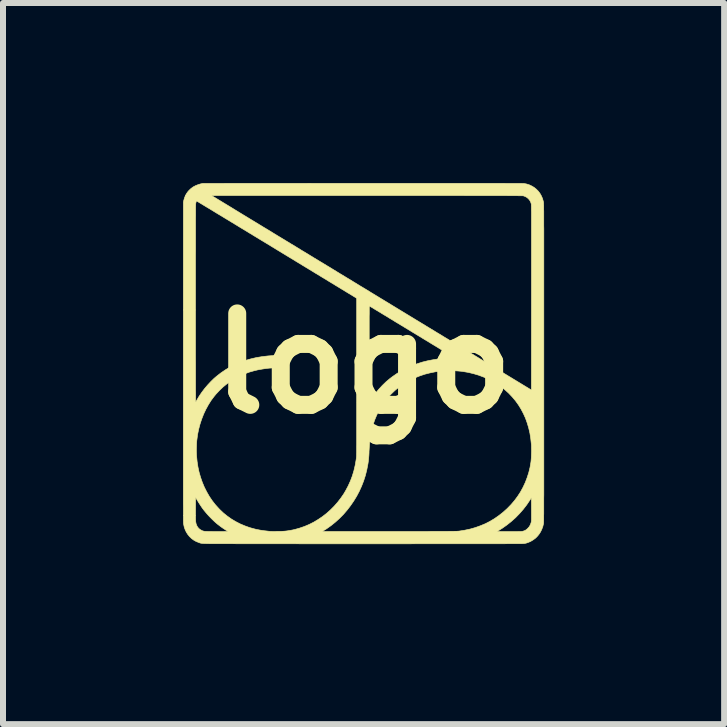
<source format=kicad_pcb>
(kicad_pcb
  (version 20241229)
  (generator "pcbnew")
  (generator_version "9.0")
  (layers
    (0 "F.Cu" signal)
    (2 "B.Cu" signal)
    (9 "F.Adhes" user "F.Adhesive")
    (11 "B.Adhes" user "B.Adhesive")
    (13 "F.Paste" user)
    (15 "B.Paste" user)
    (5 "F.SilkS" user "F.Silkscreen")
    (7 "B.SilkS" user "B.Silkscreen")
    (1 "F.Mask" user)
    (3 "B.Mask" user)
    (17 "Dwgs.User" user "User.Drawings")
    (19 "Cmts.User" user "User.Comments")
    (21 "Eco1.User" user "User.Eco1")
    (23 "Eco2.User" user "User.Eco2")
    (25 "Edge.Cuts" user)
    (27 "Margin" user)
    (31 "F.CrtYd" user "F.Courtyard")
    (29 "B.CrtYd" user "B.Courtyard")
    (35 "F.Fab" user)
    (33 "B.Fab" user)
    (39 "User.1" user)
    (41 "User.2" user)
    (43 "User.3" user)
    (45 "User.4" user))
  (footprint "logo"
    (layer "F.Cu")
    (at 3.008 3.008)
    (property "Reference" "logo" (at 0 0 0) (layer "F.SilkS") (effects (font (size 1.524 1.524) (thickness 0.3))))
    (attr through_hole)
    (fp_poly (pts (xy 1.272 -3.003) (xy 1.388 -3.003) (xy 1.498 -3.003) (xy 1.602 -3.003) (xy 1.702 -3.003) (xy 1.796 -3.003) (xy 1.885 -3.003) (xy 1.969 -3.003) (xy 2.048 -3.003) (xy 2.122 -3.003) (xy 2.191 -3.003) (xy 2.255 -3.003) (xy 2.314 -3.003) (xy 2.369 -3.002) (xy 2.418 -3.002) (xy 2.464 -3.002) (xy 2.504 -3.002) (xy 2.54 -3.002) (xy 2.571 -3.002) (xy 2.598 -3.002) (xy 2.621 -3.002) (xy 2.639 -3.001) (xy 2.653 -3.001) (xy 2.663 -3.001) (xy 2.668 -3.001) (xy 2.669 -3.001) (xy 2.717 -2.992) (xy 2.762 -2.978) (xy 2.804 -2.958) (xy 2.843 -2.935) (xy 2.879 -2.906) (xy 2.912 -2.873) (xy 2.94 -2.836) (xy 2.942 -2.833) (xy 2.964 -2.794) (xy 2.982 -2.753) (xy 2.995 -2.708) (xy 3 -2.689) (xy 3 -2.687) (xy 3 -2.685) (xy 3.001 -2.683) (xy 3.001 -2.68) (xy 3.001 -2.676) (xy 3.001 -2.672) (xy 3.002 -2.667) (xy 3.002 -2.66) (xy 3.002 -2.653) (xy 3.002 -2.644) (xy 3.003 -2.635) (xy 3.003 -2.623) (xy 3.003 -2.61) (xy 3.003 -2.595) (xy 3.003 -2.579) (xy 3.003 -2.561) (xy 3.004 -2.54) (xy 3.004 -2.518) (xy 3.004 -2.493) (xy 3.004 -2.465) (xy 3.004 -2.436) (xy 3.004 -2.403) (xy 3.004 -2.368) (xy 3.004 -2.33) (xy 3.004 -2.29) (xy 3.005 -2.246) (xy 3.005 -2.198) (xy 3.005 -2.148) (xy 3.005 -2.094) (xy 3.005 -2.037) (xy 3.005 -1.976) (xy 3.005 -1.911) (xy 3.005 -1.843) (xy 3.005 -1.77) (xy 3.005 -1.693) (xy 3.005 -1.612) (xy 3.005 -1.527) (xy 3.005 -1.437) (xy 3.005 -1.343) (xy 3.005 -1.244) (xy 3.005 -1.141) (xy 3.005 -1.032) (xy 3.005 -0.918) (xy 3.005 -0.8) (xy 3.005 -0.676) (xy 3.005 -0.546) (xy 3.005 -0.411) (xy 3.005 -0.271) (xy 3.005 -0.125) (xy 3.005 -0.01) (xy 3.005 0.14) (xy 3.005 0.285) (xy 3.005 0.424) (xy 3.005 0.558) (xy 3.005 0.686) (xy 3.005 0.809) (xy 3.005 0.927) (xy 3.005 1.039) (xy 3.005 1.147) (xy 3.005 1.249) (xy 3.005 1.347) (xy 3.005 1.44) (xy 3.005 1.529) (xy 3.005 1.613) (xy 3.005 1.693) (xy 3.005 1.769) (xy 3.005 1.841) (xy 3.005 1.909) (xy 3.005 1.973) (xy 3.005 2.033) (xy 3.005 2.089) (xy 3.005 2.142) (xy 3.005 2.192) (xy 3.004 2.238) (xy 3.004 2.282) (xy 3.004 2.322) (xy 3.004 2.359) (xy 3.004 2.393) (xy 3.004 2.425) (xy 3.004 2.454) (xy 3.004 2.481) (xy 3.004 2.505) (xy 3.003 2.527) (xy 3.003 2.547) (xy 3.003 2.565) (xy 3.003 2.581) (xy 3.003 2.596) (xy 3.003 2.608) (xy 3.002 2.619) (xy 3.002 2.629) (xy 3.002 2.637) (xy 3.002 2.644) (xy 3.002 2.65) (xy 3.001 2.655) (xy 3.001 2.659) (xy 3.001 2.662) (xy 3.001 2.665) (xy 3 2.667) (xy 3 2.669) (xy 3 2.669) (xy 2.988 2.718) (xy 2.971 2.764) (xy 2.95 2.807) (xy 2.924 2.847) (xy 2.894 2.883) (xy 2.861 2.915) (xy 2.823 2.942) (xy 2.783 2.966) (xy 2.74 2.984) (xy 2.709 2.994) (xy 2.694 2.997) (xy 2.68 3) (xy 2.664 3.001) (xy 2.644 3.002) (xy 2.637 3.003) (xy 2.632 3.003) (xy 2.62 3.003) (xy 2.603 3.003) (xy 2.58 3.003) (xy 2.552 3.003) (xy 2.519 3.003) (xy 2.481 3.003) (xy 2.439 3.003) (xy 2.392 3.003) (xy 2.341 3.004) (xy 2.285 3.004) (xy 2.225 3.004) (xy 2.162 3.004) (xy 2.095 3.004) (xy 2.024 3.004) (xy 1.951 3.004) (xy 1.873 3.004) (xy 1.793 3.004) (xy 1.711 3.004) (xy 1.625 3.004) (xy 1.537 3.004) (xy 1.447 3.004) (xy 1.355 3.004) (xy 1.261 3.004) (xy 1.165 3.004) (xy 1.067 3.004) (xy 0.968 3.004) (xy 0.868 3.004) (xy 0.766 3.005) (xy 0.664 3.005) (xy 0.561 3.005) (xy 0.457 3.005) (xy 0.353 3.005) (xy 0.249 3.005) (xy 0.145 3.005) (xy 0.041 3.005) (xy -0.063 3.005) (xy -0.166 3.005) (xy -0.269 3.005) (xy -0.371 3.005) (xy -0.472 3.005) (xy -0.572 3.005) (xy -0.67 3.005) (xy -0.767 3.005) (xy -0.862 3.005) (xy -0.955 3.005) (xy -1.047 3.005) (xy -1.136 3.004) (xy -1.223 3.004) (xy -1.307 3.004) (xy -1.389 3.004) (xy -1.467 3.004) (xy -1.543 3.004) (xy -1.615 3.004) (xy -1.684 3.004) (xy -1.75 3.004) (xy -1.811 3.004) (xy -1.869 3.004) (xy -1.923 3.004) (xy -1.972 3.004) (xy -2.017 3.004) (xy -2.057 3.004) (xy -2.093 3.004) (xy -2.103 3.004) (xy -2.172 3.003) (xy -2.236 3.003) (xy -2.294 3.003) (xy -2.347 3.003) (xy -2.395 3.003) (xy -2.439 3.003) (xy -2.478 3.002) (xy -2.513 3.002) (xy -2.544 3.002) (xy -2.572 3.002) (xy -2.596 3.001) (xy -2.618 3.001) (xy -2.636 3) (xy -2.652 3) (xy -2.666 2.999) (xy -2.678 2.999) (xy -2.688 2.998) (xy -2.696 2.997) (xy -2.703 2.996) (xy -2.71 2.995) (xy -2.715 2.994) (xy -2.72 2.992) (xy -2.725 2.991) (xy -2.73 2.989) (xy -2.735 2.987) (xy -2.741 2.985) (xy -2.743 2.984) (xy -2.787 2.967) (xy -2.827 2.945) (xy -2.864 2.918) (xy -2.897 2.887) (xy -2.926 2.852) (xy -2.951 2.814) (xy -2.971 2.773) (xy -2.987 2.729) (xy -2.997 2.683) (xy -3.001 2.657) (xy -3.001 2.653) (xy -3.001 2.645) (xy -3.001 2.633) (xy -3.002 2.617) (xy -3.002 2.597) (xy -3.002 2.573) (xy -3.002 2.545) (xy -3.002 2.513) (xy -3.002 2.497) (xy -2.799 2.497) (xy -2.799 2.531) (xy -2.799 2.561) (xy -2.799 2.586) (xy -2.798 2.607) (xy -2.798 2.622) (xy -2.797 2.632) (xy -2.797 2.633) (xy -2.791 2.667) (xy -2.78 2.698) (xy -2.765 2.725) (xy -2.745 2.749) (xy -2.721 2.768) (xy -2.698 2.781) (xy -2.69 2.785) (xy -2.684 2.788) (xy -2.677 2.79) (xy -2.67 2.792) (xy -2.662 2.794) (xy -2.652 2.796) (xy -2.641 2.797) (xy -2.627 2.798) (xy -2.611 2.798) (xy -2.591 2.799) (xy -2.568 2.799) (xy -2.54 2.799) (xy -2.508 2.8) (xy -2.47 2.8) (xy -2.449 2.8) (xy -2.416 2.8) (xy -2.385 2.8) (xy -2.356 2.8) (xy -2.33 2.8) (xy -2.308 2.799) (xy -2.289 2.799) (xy -2.274 2.799) (xy -2.264 2.799) (xy -2.26 2.799) (xy -2.259 2.799) (xy -2.262 2.797) (xy -2.268 2.793) (xy -2.273 2.789) (xy -2.287 2.781) (xy -2.303 2.771) (xy -2.322 2.758) (xy -2.342 2.745) (xy -2.362 2.731) (xy -2.38 2.718) (xy -2.396 2.706) (xy -2.398 2.704) (xy -2.421 2.687) (xy -2.442 2.67) (xy -2.461 2.654) (xy -2.48 2.637) (xy -2.5 2.618) (xy -2.522 2.597) (xy -2.539 2.58) (xy -2.573 2.545) (xy -2.604 2.511) (xy -2.633 2.477) (xy -2.661 2.443) (xy -2.688 2.407) (xy -2.714 2.368) (xy -2.741 2.327) (xy -2.769 2.281) (xy -2.79 2.246) (xy -2.798 2.231) (xy -2.799 2.417) (xy -2.799 2.459) (xy -2.799 2.497) (xy -3.002 2.497) (xy -3.002 2.476) (xy -3.002 2.435) (xy -3.002 2.389) (xy -3.003 2.339) (xy -3.003 2.285) (xy -3.003 2.225) (xy -3.003 2.162) (xy -3.003 2.093) (xy -3.003 2.019) (xy -3.003 1.941) (xy -3.003 1.858) (xy -3.003 1.77) (xy -3.003 1.677) (xy -3.003 1.578) (xy -3.003 1.475) (xy -3.003 1.366) (xy -3.003 1.252) (xy -3.003 1.132) (xy -3.003 1.008) (xy -3.003 0.877) (xy -3.003 0.741) (xy -3.003 0.6) (xy -3.003 0.453) (xy -3.003 0.3) (xy -3.003 0.142) (xy -3.003 -0.023) (xy -3.003 -0.032) (xy -3.003 -0.978) (xy -2.8 -0.978) (xy -2.8 -0.892) (xy -2.8 -0.807) (xy -2.8 -0.723) (xy -2.8 -0.639) (xy -2.8 -0.556) (xy -2.8 -0.474) (xy -2.8 -0.393) (xy -2.8 -0.314) (xy -2.8 -0.237) (xy -2.8 -0.161) (xy -2.8 -0.088) (xy -2.799 -0.016) (xy -2.799 0.052) (xy -2.799 0.118) (xy -2.799 0.181) (xy -2.799 0.241) (xy -2.799 0.297) (xy -2.799 0.35) (xy -2.799 0.4) (xy -2.799 0.445) (xy -2.798 0.486) (xy -2.798 0.523) (xy -2.798 0.555) (xy -2.798 0.583) (xy -2.798 0.605) (xy -2.798 0.623) (xy -2.797 0.635) (xy -2.797 0.641) (xy -2.797 0.642) (xy -2.795 0.639) (xy -2.79 0.631) (xy -2.784 0.621) (xy -2.777 0.608) (xy -2.776 0.607) (xy -2.738 0.543) (xy -2.695 0.48) (xy -2.648 0.418) (xy -2.598 0.359) (xy -2.545 0.302) (xy -2.492 0.25) (xy -2.45 0.214) (xy -2.377 0.157) (xy -2.302 0.106) (xy -2.224 0.059) (xy -2.143 0.018) (xy -2.059 -0.018) (xy -1.972 -0.05) (xy -1.882 -0.076) (xy -1.789 -0.098) (xy -1.693 -0.114) (xy -1.593 -0.126) (xy -1.509 -0.132) (xy -1.469 -0.133) (xy -1.467 -0.094) (xy -1.466 -0.078) (xy -1.466 -0.058) (xy -1.465 -0.036) (xy -1.464 -0.013) (xy -1.464 0.008) (xy -1.463 0.07) (xy -1.473 0.072) (xy -1.482 0.073) (xy -1.494 0.074) (xy -1.505 0.074) (xy -1.534 0.075) (xy -1.567 0.077) (xy -1.604 0.081) (xy -1.643 0.086) (xy -1.683 0.092) (xy -1.723 0.099) (xy -1.762 0.106) (xy -1.799 0.115) (xy -1.813 0.118) (xy -1.898 0.142) (xy -1.98 0.172) (xy -2.059 0.206) (xy -2.134 0.244) (xy -2.206 0.288) (xy -2.274 0.337) (xy -2.339 0.39) (xy -2.4 0.448) (xy -2.458 0.51) (xy -2.491 0.55) (xy -2.541 0.617) (xy -2.586 0.689) (xy -2.627 0.764) (xy -2.664 0.842) (xy -2.696 0.924) (xy -2.724 1.008) (xy -2.747 1.095) (xy -2.765 1.183) (xy -2.777 1.274) (xy -2.778 1.279) (xy -2.78 1.302) (xy -2.782 1.331) (xy -2.783 1.362) (xy -2.784 1.395) (xy -2.785 1.429) (xy -2.785 1.463) (xy -2.784 1.494) (xy -2.783 1.522) (xy -2.782 1.54) (xy -2.773 1.633) (xy -2.759 1.724) (xy -2.74 1.812) (xy -2.715 1.898) (xy -2.686 1.981) (xy -2.652 2.062) (xy -2.613 2.139) (xy -2.57 2.214) (xy -2.522 2.285) (xy -2.47 2.352) (xy -2.413 2.415) (xy -2.395 2.434) (xy -2.334 2.492) (xy -2.269 2.544) (xy -2.201 2.592) (xy -2.129 2.635) (xy -2.055 2.673) (xy -1.977 2.706) (xy -1.896 2.735) (xy -1.816 2.757) (xy -1.784 2.765) (xy -1.752 2.771) (xy -1.721 2.777) (xy -1.689 2.782) (xy -1.654 2.787) (xy -1.617 2.791) (xy -1.575 2.796) (xy -1.548 2.798) (xy -1.542 2.798) (xy -1.53 2.798) (xy -1.515 2.799) (xy -1.496 2.799) (xy -1.487 2.799) (xy -0.685 2.799) (xy -0.682 2.799) (xy -0.674 2.799) (xy -0.66 2.799) (xy -0.64 2.799) (xy -0.616 2.799) (xy -0.586 2.799) (xy -0.552 2.799) (xy -0.514 2.799) (xy -0.471 2.799) (xy -0.424 2.799) (xy -0.374 2.799) (xy -0.319 2.799) (xy -0.261 2.799) (xy -0.2 2.799) (xy -0.136 2.799) (xy -0.069 2.799) (xy 0.001 2.799) (xy 0.073 2.799) (xy 0.148 2.799) (xy 0.224 2.799) (xy 0.302 2.799) (xy 0.382 2.799) (xy 0.433 2.799) (xy 0.53 2.799) (xy 0.621 2.799) (xy 0.707 2.799) (xy 0.787 2.799) (xy 0.829 2.799) (xy 2.227 2.799) (xy 2.23 2.799) (xy 2.238 2.799) (xy 2.251 2.799) (xy 2.269 2.799) (xy 2.29 2.8) (xy 2.315 2.8) (xy 2.344 2.8) (xy 2.374 2.8) (xy 2.407 2.8) (xy 2.431 2.8) (xy 2.472 2.8) (xy 2.507 2.8) (xy 2.538 2.8) (xy 2.564 2.8) (xy 2.585 2.799) (xy 2.603 2.799) (xy 2.618 2.799) (xy 2.629 2.798) (xy 2.639 2.798) (xy 2.646 2.797) (xy 2.651 2.796) (xy 2.655 2.795) (xy 2.678 2.788) (xy 2.698 2.779) (xy 2.718 2.765) (xy 2.738 2.747) (xy 2.738 2.747) (xy 2.76 2.722) (xy 2.776 2.696) (xy 2.788 2.667) (xy 2.794 2.648) (xy 2.795 2.643) (xy 2.796 2.638) (xy 2.797 2.632) (xy 2.798 2.626) (xy 2.798 2.618) (xy 2.799 2.608) (xy 2.799 2.596) (xy 2.799 2.581) (xy 2.799 2.562) (xy 2.799 2.54) (xy 2.799 2.513) (xy 2.799 2.482) (xy 2.799 2.445) (xy 2.799 2.43) (xy 2.798 2.237) (xy 2.773 2.276) (xy 2.72 2.355) (xy 2.662 2.43) (xy 2.599 2.502) (xy 2.533 2.57) (xy 2.462 2.633) (xy 2.388 2.692) (xy 2.31 2.747) (xy 2.268 2.773) (xy 2.255 2.782) (xy 2.243 2.789) (xy 2.234 2.795) (xy 2.228 2.798) (xy 2.227 2.799) (xy 0.829 2.799) (xy 0.862 2.799) (xy 0.932 2.799) (xy 0.998 2.799) (xy 1.058 2.799) (xy 1.115 2.798) (xy 1.167 2.798) (xy 1.215 2.798) (xy 1.258 2.798) (xy 1.299 2.798) (xy 1.335 2.798) (xy 1.369 2.798) (xy 1.399 2.798) (xy 1.426 2.797) (xy 1.45 2.797) (xy 1.472 2.797) (xy 1.491 2.797) (xy 1.508 2.797) (xy 1.523 2.796) (xy 1.535 2.796) (xy 1.547 2.796) (xy 1.556 2.796) (xy 1.564 2.795) (xy 1.571 2.795) (xy 1.577 2.795) (xy 1.582 2.794) (xy 1.587 2.794) (xy 1.591 2.793) (xy 1.593 2.793) (xy 1.687 2.778) (xy 1.777 2.759) (xy 1.864 2.734) (xy 1.948 2.704) (xy 2.03 2.67) (xy 2.108 2.63) (xy 2.183 2.585) (xy 2.256 2.534) (xy 2.326 2.479) (xy 2.394 2.418) (xy 2.399 2.413) (xy 2.461 2.349) (xy 2.518 2.282) (xy 2.57 2.212) (xy 2.617 2.139) (xy 2.659 2.062) (xy 2.696 1.983) (xy 2.727 1.902) (xy 2.754 1.818) (xy 2.775 1.732) (xy 2.79 1.644) (xy 2.791 1.636) (xy 2.793 1.617) (xy 2.795 1.592) (xy 2.797 1.564) (xy 2.798 1.533) (xy 2.799 1.5) (xy 2.8 1.467) (xy 2.8 1.435) (xy 2.799 1.404) (xy 2.799 1.376) (xy 2.798 1.351) (xy 2.797 1.344) (xy 2.787 1.251) (xy 2.773 1.161) (xy 2.753 1.075) (xy 2.728 0.991) (xy 2.699 0.91) (xy 2.664 0.833) (xy 2.625 0.759) (xy 2.581 0.688) (xy 2.532 0.62) (xy 2.478 0.556) (xy 2.42 0.495) (xy 2.357 0.438) (xy 2.299 0.392) (xy 2.23 0.344) (xy 2.156 0.3) (xy 2.08 0.26) (xy 2 0.225) (xy 1.917 0.194) (xy 1.832 0.169) (xy 1.744 0.148) (xy 1.655 0.133) (xy 1.633 0.13) (xy 1.579 0.125) (xy 1.523 0.121) (xy 1.465 0.119) (xy 1.408 0.119) (xy 1.352 0.121) (xy 1.301 0.124) (xy 1.291 0.125) (xy 1.199 0.138) (xy 1.11 0.156) (xy 1.023 0.178) (xy 0.939 0.206) (xy 0.857 0.239) (xy 0.778 0.276) (xy 0.703 0.318) (xy 0.631 0.365) (xy 0.604 0.385) (xy 0.571 0.41) (xy 0.541 0.434) (xy 0.513 0.459) (xy 0.484 0.487) (xy 0.456 0.514) (xy 0.399 0.577) (xy 0.347 0.643) (xy 0.3 0.712) (xy 0.257 0.784) (xy 0.22 0.86) (xy 0.187 0.939) (xy 0.159 1.021) (xy 0.141 1.09) (xy 0.132 1.125) (xy 0.125 1.158) (xy 0.119 1.191) (xy 0.113 1.224) (xy 0.108 1.258) (xy 0.104 1.294) (xy 0.101 1.332) (xy 0.098 1.373) (xy 0.095 1.419) (xy 0.092 1.469) (xy 0.092 1.487) (xy 0.09 1.528) (xy 0.087 1.564) (xy 0.084 1.598) (xy 0.08 1.632) (xy 0.075 1.667) (xy 0.072 1.683) (xy 0.054 1.776) (xy 0.031 1.867) (xy 0.002 1.957) (xy -0.032 2.044) (xy -0.071 2.13) (xy -0.115 2.213) (xy -0.164 2.293) (xy -0.217 2.37) (xy -0.274 2.444) (xy -0.335 2.515) (xy -0.401 2.582) (xy -0.47 2.644) (xy -0.542 2.702) (xy -0.618 2.756) (xy -0.647 2.774) (xy -0.66 2.782) (xy -0.671 2.79) (xy -0.679 2.795) (xy -0.684 2.798) (xy -0.685 2.799) (xy -1.487 2.799) (xy -1.474 2.799) (xy -1.45 2.798) (xy -1.432 2.798) (xy -1.402 2.798) (xy -1.377 2.798) (xy -1.356 2.797) (xy -1.338 2.796) (xy -1.323 2.795) (xy -1.308 2.794) (xy -1.294 2.792) (xy -1.285 2.791) (xy -1.256 2.787) (xy -1.232 2.783) (xy -1.209 2.779) (xy -1.187 2.775) (xy -1.163 2.77) (xy -1.146 2.766) (xy -1.064 2.743) (xy -0.983 2.715) (xy -0.905 2.682) (xy -0.828 2.643) (xy -0.755 2.599) (xy -0.684 2.551) (xy -0.616 2.498) (xy -0.551 2.44) (xy -0.489 2.378) (xy -0.431 2.312) (xy -0.377 2.242) (xy -0.327 2.169) (xy -0.297 2.118) (xy -0.255 2.039) (xy -0.218 1.957) (xy -0.186 1.873) (xy -0.16 1.786) (xy -0.139 1.696) (xy -0.123 1.604) (xy -0.119 1.574) (xy -0.119 1.571) (xy -0.118 1.567) (xy -0.118 1.562) (xy -0.117 1.557) (xy -0.117 1.551) (xy -0.117 1.544) (xy -0.116 1.536) (xy -0.116 1.526) (xy -0.116 1.515) (xy -0.116 1.503) (xy -0.115 1.488) (xy -0.115 1.472) (xy -0.115 1.453) (xy -0.115 1.432) (xy -0.115 1.409) (xy -0.115 1.382) (xy -0.114 1.353) (xy -0.114 1.321) (xy -0.114 1.286) (xy -0.114 1.248) (xy -0.114 1.206) (xy -0.114 1.16) (xy -0.114 1.111) (xy -0.114 1.057) (xy -0.114 0.999) (xy -0.114 0.937) (xy -0.114 0.871) (xy -0.114 0.8) (xy -0.114 0.724) (xy -0.114 0.643) (xy -0.114 0.556) (xy -0.114 0.465) (xy -0.114 0.368) (xy -0.114 0.265) (xy -0.114 -0.153) (xy 0.095 -0.153) (xy 0.095 0.654) (xy 0.113 0.623) (xy 0.123 0.608) (xy 0.133 0.592) (xy 0.142 0.577) (xy 0.148 0.568) (xy 0.198 0.498) (xy 0.254 0.43) (xy 0.314 0.365) (xy 0.377 0.304) (xy 0.444 0.248) (xy 0.477 0.223) (xy 0.553 0.17) (xy 0.633 0.121) (xy 0.717 0.077) (xy 0.803 0.039) (xy 0.892 0.005) (xy 0.983 -0.024) (xy 1.076 -0.047) (xy 1.172 -0.065) (xy 1.199 -0.069) (xy 1.226 -0.073) (xy 1.25 -0.076) (xy 1.272 -0.078) (xy 1.293 -0.08) (xy 1.315 -0.082) (xy 1.339 -0.083) (xy 1.365 -0.084) (xy 1.396 -0.085) (xy 1.427 -0.085) (xy 1.533 -0.087) (xy 0.816 -0.523) (xy 0.757 -0.559) (xy 0.698 -0.595) (xy 0.641 -0.629) (xy 0.586 -0.663) (xy 0.532 -0.695) (xy 0.481 -0.727) (xy 0.432 -0.756) (xy 0.386 -0.785) (xy 0.342 -0.811) (xy 0.301 -0.836) (xy 0.263 -0.859) (xy 0.229 -0.88) (xy 0.198 -0.898) (xy 0.171 -0.915) (xy 0.148 -0.929) (xy 0.129 -0.94) (xy 0.114 -0.949) (xy 0.104 -0.956) (xy 0.098 -0.959) (xy 0.097 -0.959) (xy 0.097 -0.957) (xy 0.097 -0.948) (xy 0.096 -0.934) (xy 0.096 -0.914) (xy 0.096 -0.89) (xy 0.096 -0.86) (xy 0.096 -0.826) (xy 0.095 -0.787) (xy 0.095 -0.743) (xy 0.095 -0.696) (xy 0.095 -0.644) (xy 0.095 -0.588) (xy 0.095 -0.529) (xy 0.095 -0.466) (xy 0.095 -0.4) (xy 0.095 -0.331) (xy 0.095 -0.258) (xy 0.095 -0.183) (xy 0.095 -0.153) (xy -0.114 -0.153) (xy -0.114 -1.088) (xy -1.444 -1.897) (xy -1.526 -1.947) (xy -1.606 -1.996) (xy -1.686 -2.044) (xy -1.763 -2.091) (xy -1.839 -2.137) (xy -1.913 -2.182) (xy -1.985 -2.226) (xy -2.055 -2.268) (xy -2.122 -2.309) (xy -2.188 -2.349) (xy -2.25 -2.387) (xy -2.31 -2.423) (xy -2.367 -2.458) (xy -2.421 -2.49) (xy -2.472 -2.521) (xy -2.519 -2.55) (xy -2.563 -2.577) (xy -2.604 -2.601) (xy -2.64 -2.623) (xy -2.673 -2.643) (xy -2.701 -2.66) (xy -2.726 -2.675) (xy -2.746 -2.687) (xy -2.761 -2.697) (xy -2.772 -2.703) (xy -2.778 -2.707) (xy -2.78 -2.708) (xy -2.784 -2.706) (xy -2.788 -2.699) (xy -2.791 -2.687) (xy -2.795 -2.671) (xy -2.797 -2.654) (xy -2.797 -2.649) (xy -2.797 -2.639) (xy -2.798 -2.623) (xy -2.798 -2.603) (xy -2.798 -2.577) (xy -2.798 -2.546) (xy -2.798 -2.511) (xy -2.798 -2.471) (xy -2.799 -2.427) (xy -2.799 -2.379) (xy -2.799 -2.327) (xy -2.799 -2.272) (xy -2.799 -2.213) (xy -2.799 -2.151) (xy -2.799 -2.086) (xy -2.799 -2.019) (xy -2.799 -1.948) (xy -2.799 -1.876) (xy -2.8 -1.801) (xy -2.8 -1.724) (xy -2.8 -1.645) (xy -2.8 -1.565) (xy -2.8 -1.484) (xy -2.8 -1.401) (xy -2.8 -1.317) (xy -2.8 -1.233) (xy -2.8 -1.148) (xy -2.8 -1.063) (xy -2.8 -0.978) (xy -3.003 -0.978) (xy -3.002 -2.689) (xy -2.996 -2.716) (xy -2.984 -2.759) (xy -2.968 -2.798) (xy -2.968 -2.798) (xy -2.53 -2.798) (xy -2.528 -2.797) (xy -2.52 -2.792) (xy -2.508 -2.784) (xy -2.491 -2.774) (xy -2.469 -2.761) (xy -2.443 -2.745) (xy -2.412 -2.726) (xy -2.377 -2.705) (xy -2.338 -2.681) (xy -2.295 -2.655) (xy -2.247 -2.626) (xy -2.196 -2.595) (xy -2.141 -2.561) (xy -2.082 -2.525) (xy -2.02 -2.487) (xy -1.954 -2.447) (xy -1.885 -2.405) (xy -1.812 -2.361) (xy -1.737 -2.315) (xy -1.658 -2.267) (xy -1.576 -2.218) (xy -1.492 -2.166) (xy -1.405 -2.113) (xy -1.315 -2.059) (xy -1.222 -2.002) (xy -1.127 -1.945) (xy -1.03 -1.885) (xy -0.93 -1.825) (xy -0.829 -1.763) (xy -0.725 -1.7) (xy -0.619 -1.636) (xy -0.512 -1.571) (xy -0.403 -1.504) (xy -0.292 -1.437) (xy -0.18 -1.369) (xy -0.066 -1.299) (xy 0.049 -1.23) (xy 0.135 -1.177) (xy 2.798 0.442) (xy 2.799 -1.101) (xy 2.799 -1.216) (xy 2.799 -1.326) (xy 2.799 -1.429) (xy 2.799 -1.528) (xy 2.799 -1.621) (xy 2.799 -1.708) (xy 2.799 -1.791) (xy 2.799 -1.869) (xy 2.799 -1.942) (xy 2.799 -2.01) (xy 2.799 -2.075) (xy 2.799 -2.134) (xy 2.799 -2.19) (xy 2.799 -2.242) (xy 2.799 -2.289) (xy 2.799 -2.334) (xy 2.799 -2.374) (xy 2.799 -2.411) (xy 2.799 -2.445) (xy 2.799 -2.476) (xy 2.799 -2.504) (xy 2.799 -2.528) (xy 2.798 -2.551) (xy 2.798 -2.571) (xy 2.798 -2.588) (xy 2.798 -2.603) (xy 2.798 -2.616) (xy 2.797 -2.627) (xy 2.797 -2.636) (xy 2.797 -2.644) (xy 2.797 -2.65) (xy 2.796 -2.655) (xy 2.796 -2.659) (xy 2.796 -2.661) (xy 2.795 -2.662) (xy 2.785 -2.693) (xy 2.769 -2.721) (xy 2.749 -2.745) (xy 2.725 -2.766) (xy 2.697 -2.782) (xy 2.668 -2.793) (xy 2.667 -2.793) (xy 2.666 -2.794) (xy 2.664 -2.794) (xy 2.661 -2.794) (xy 2.658 -2.795) (xy 2.654 -2.795) (xy 2.649 -2.795) (xy 2.643 -2.795) (xy 2.636 -2.795) (xy 2.627 -2.796) (xy 2.617 -2.796) (xy 2.606 -2.796) (xy 2.593 -2.796) (xy 2.578 -2.796) (xy 2.562 -2.797) (xy 2.543 -2.797) (xy 2.523 -2.797) (xy 2.5 -2.797) (xy 2.475 -2.797) (xy 2.447 -2.797) (xy 2.417 -2.797) (xy 2.384 -2.798) (xy 2.349 -2.798) (xy 2.31 -2.798) (xy 2.269 -2.798) (xy 2.225 -2.798) (xy 2.177 -2.798) (xy 2.126 -2.798) (xy 2.071 -2.798) (xy 2.013 -2.798) (xy 1.951 -2.798) (xy 1.885 -2.798) (xy 1.816 -2.798) (xy 1.742 -2.798) (xy 1.664 -2.799) (xy 1.582 -2.799) (xy 1.496 -2.799) (xy 1.404 -2.799) (xy 1.309 -2.799) (xy 1.208 -2.799) (xy 1.103 -2.799) (xy 0.993 -2.799) (xy 0.878 -2.799) (xy 0.757 -2.799) (xy 0.631 -2.799) (xy 0.5 -2.799) (xy 0.363 -2.799) (xy 0.221 -2.799) (xy 0.073 -2.799) (xy 0.059 -2.799) (xy -0.064 -2.799) (xy -0.186 -2.799) (xy -0.307 -2.799) (xy -0.426 -2.799) (xy -0.543 -2.799) (xy -0.658 -2.799) (xy -0.77 -2.799) (xy -0.881 -2.799) (xy -0.989 -2.799) (xy -1.095 -2.799) (xy -1.198 -2.799) (xy -1.298 -2.799) (xy -1.396 -2.799) (xy -1.49 -2.799) (xy -1.581 -2.799) (xy -1.669 -2.799) (xy -1.753 -2.799) (xy -1.834 -2.799) (xy -1.911 -2.799) (xy -1.984 -2.799) (xy -2.053 -2.799) (xy -2.118 -2.799) (xy -2.179 -2.799) (xy -2.236 -2.799) (xy -2.288 -2.799) (xy -2.335 -2.799) (xy -2.377 -2.799) (xy -2.415 -2.799) (xy -2.448 -2.799) (xy -2.475 -2.799) (xy -2.497 -2.798) (xy -2.514 -2.798) (xy -2.525 -2.798) (xy -2.53 -2.798) (xy -2.53 -2.798) (xy -2.968 -2.798) (xy -2.949 -2.833) (xy -2.925 -2.866) (xy -2.906 -2.887) (xy -2.874 -2.917) (xy -2.838 -2.943) (xy -2.799 -2.964) (xy -2.756 -2.981) (xy -2.709 -2.995) (xy -2.707 -2.995) (xy -2.677 -3.002) (xy -0.016 -3.003) (xy 0.15 -3.003) (xy 0.31 -3.003) (xy 0.465 -3.003) (xy 0.613 -3.003) (xy 0.756 -3.003) (xy 0.894 -3.003) (xy 1.025 -3.003) (xy 1.152 -3.003) (xy 1.272 -3.003)) (stroke (width 0.01) (type solid)) (fill yes) (layer "F.SilkS")))
  (gr_rect
    (start -3 -3)
    (end 9.018 9.018)
    (stroke (width 0.1) (type default))
    (fill no)
    (layer "Edge.Cuts")))
</source>
